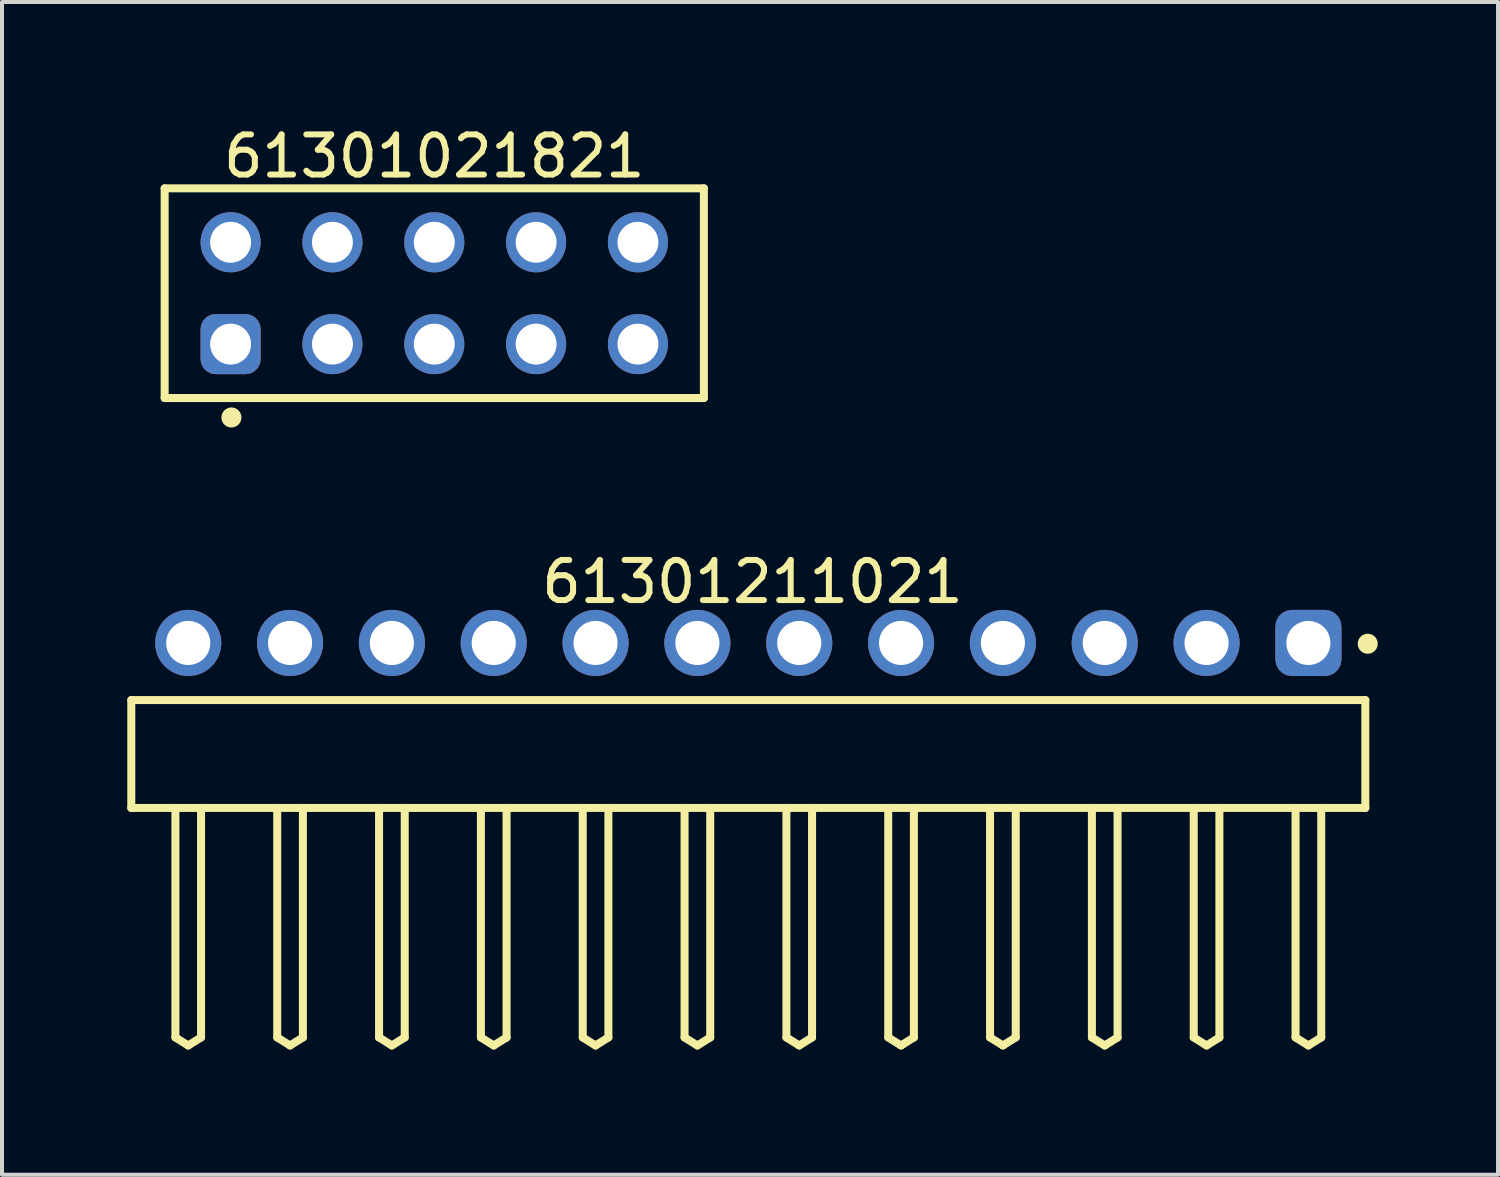
<source format=kicad_pcb>
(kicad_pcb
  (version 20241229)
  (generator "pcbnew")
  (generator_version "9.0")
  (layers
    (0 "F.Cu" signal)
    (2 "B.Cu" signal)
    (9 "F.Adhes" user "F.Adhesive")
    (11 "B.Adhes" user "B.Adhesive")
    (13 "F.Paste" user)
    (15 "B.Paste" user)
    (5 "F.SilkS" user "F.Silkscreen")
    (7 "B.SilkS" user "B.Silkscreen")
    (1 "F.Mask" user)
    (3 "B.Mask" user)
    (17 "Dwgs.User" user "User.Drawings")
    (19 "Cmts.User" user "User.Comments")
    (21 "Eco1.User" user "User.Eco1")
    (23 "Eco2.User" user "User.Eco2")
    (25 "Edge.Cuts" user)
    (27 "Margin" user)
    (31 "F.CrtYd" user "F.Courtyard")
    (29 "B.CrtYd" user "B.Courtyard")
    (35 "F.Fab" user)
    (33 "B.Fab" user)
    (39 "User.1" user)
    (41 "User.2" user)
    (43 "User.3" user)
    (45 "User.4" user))
  (footprint "61301021821"
    (layer "F.Cu")
    (at 7.782 4.263)
    (property "Reference" "61301021821" (at 0 -3.415 0) (layer "F.SilkS") (effects (font (size 1 1) (thickness 0.15))))
    (fp_line (start -6.725 -2.615) (end 6.725 -2.615) (stroke (width 0.2) (type solid)) (layer "F.SilkS"))
    (fp_line (start -6.725 2.615) (end -6.725 -2.615) (stroke (width 0.2) (type solid)) (layer "F.SilkS"))
    (fp_line (start -6.725 2.615) (end 6.725 2.615) (stroke (width 0.2) (type solid)) (layer "F.SilkS"))
    (fp_line (start 6.725 2.615) (end 6.725 -2.615) (stroke (width 0.2) (type solid)) (layer "F.SilkS"))
    (fp_circle (center -5.06 3.1) (end -5.06 2.975) (stroke (width 0.25) (type solid)) (fill no) (layer "F.SilkS"))
    (fp_line (start -6.925 -2.815) (end 6.925 -2.815) (stroke (width 0.05) (type solid)) (layer "Eco2.User"))
    (fp_line (start -6.925 2.815) (end -6.925 -2.815) (stroke (width 0.05) (type solid)) (layer "Eco2.User"))
    (fp_line (start -6.925 2.815) (end 6.925 2.815) (stroke (width 0.05) (type solid)) (layer "Eco2.User"))
    (fp_line (start -6.6 -2.54) (end 6.6 -2.54) (stroke (width 0.1) (type solid)) (layer "Eco2.User"))
    (fp_line (start -6.6 2.54) (end -6.6 -2.54) (stroke (width 0.1) (type solid)) (layer "Eco2.User"))
    (fp_line (start -6.6 2.54) (end 6.6 2.54) (stroke (width 0.1) (type solid)) (layer "Eco2.User"))
    (fp_line (start -0.5 0) (end 0.5 0) (stroke (width 0.05) (type solid)) (layer "Eco2.User"))
    (fp_line (start 0 0.5) (end 0 -0.5) (stroke (width 0.05) (type solid)) (layer "Eco2.User"))
    (fp_line (start 6.6 2.54) (end 6.6 -2.54) (stroke (width 0.1) (type solid)) (layer "Eco2.User"))
    (fp_line (start 6.925 2.815) (end 6.925 -2.815) (stroke (width 0.05) (type solid)) (layer "Eco2.User"))
    (fp_text user "${REFERENCE}" (at 0.15 -0.197 0) (unlocked yes) (layer "User.3") (effects (font (size 1.5 1.5) (thickness 0.15))))
    (pad "1" thru_hole roundrect (at -5.08 1.27) (size 1.5 1.5) (drill 1.02) (layers "*.Cu" "*.Mask") (roundrect_rratio 0.25))
    (pad "2" thru_hole circle (at -5.08 -1.27) (size 1.5 1.5) (drill 1.02) (layers "*.Cu" "*.Mask"))
    (pad "3" thru_hole circle (at -2.54 1.27) (size 1.5 1.5) (drill 1.02) (layers "*.Cu" "*.Mask"))
    (pad "4" thru_hole circle (at -2.54 -1.27) (size 1.5 1.5) (drill 1.02) (layers "*.Cu" "*.Mask"))
    (pad "5" thru_hole circle (at 0 1.27) (size 1.5 1.5) (drill 1.02) (layers "*.Cu" "*.Mask"))
    (pad "6" thru_hole circle (at 0 -1.27) (size 1.5 1.5) (drill 1.02) (layers "*.Cu" "*.Mask"))
    (pad "7" thru_hole circle (at 2.54 1.27) (size 1.5 1.5) (drill 1.02) (layers "*.Cu" "*.Mask"))
    (pad "8" thru_hole circle (at 2.54 -1.27) (size 1.5 1.5) (drill 1.02) (layers "*.Cu" "*.Mask"))
    (pad "9" thru_hole circle (at 5.08 1.27) (size 1.5 1.5) (drill 1.02) (layers "*.Cu" "*.Mask"))
    (pad "10" thru_hole circle (at 5.08 -1.27) (size 1.5 1.5) (drill 1.02) (layers "*.Cu" "*.Mask")))
  (footprint "61301211021"
    (layer "F.Cu")
    (at 15.615 15.757)
    (property "Reference" "61301211021" (at 0.105 -4.295 0) (layer "F.SilkS") (effects (font (size 1 1) (thickness 0.15))))
    (fp_line (start -15.39 -1.345) (end 15.39 -1.345) (stroke (width 0.2) (type solid)) (layer "F.SilkS"))
    (fp_line (start -15.39 1.345) (end -15.39 -1.345) (stroke (width 0.2) (type solid)) (layer "F.SilkS"))
    (fp_line (start -15.39 1.345) (end 15.39 1.345) (stroke (width 0.2) (type solid)) (layer "F.SilkS"))
    (fp_line (start -14.29 7.07) (end -14.29 1.345) (stroke (width 0.2) (type solid)) (layer "F.SilkS"))
    (fp_line (start -14.29 7.07) (end -13.97 7.27) (stroke (width 0.2) (type solid)) (layer "F.SilkS"))
    (fp_line (start -13.97 7.27) (end -13.65 7.07) (stroke (width 0.2) (type solid)) (layer "F.SilkS"))
    (fp_line (start -13.65 7.07) (end -13.65 1.345) (stroke (width 0.2) (type solid)) (layer "F.SilkS"))
    (fp_line (start -11.75 7.07) (end -11.75 1.345) (stroke (width 0.2) (type solid)) (layer "F.SilkS"))
    (fp_line (start -11.75 7.07) (end -11.43 7.27) (stroke (width 0.2) (type solid)) (layer "F.SilkS"))
    (fp_line (start -11.43 7.27) (end -11.11 7.07) (stroke (width 0.2) (type solid)) (layer "F.SilkS"))
    (fp_line (start -11.11 7.07) (end -11.11 1.345) (stroke (width 0.2) (type solid)) (layer "F.SilkS"))
    (fp_line (start -9.21 7.07) (end -9.21 1.345) (stroke (width 0.2) (type solid)) (layer "F.SilkS"))
    (fp_line (start -9.21 7.07) (end -8.89 7.27) (stroke (width 0.2) (type solid)) (layer "F.SilkS"))
    (fp_line (start -8.89 7.27) (end -8.57 7.07) (stroke (width 0.2) (type solid)) (layer "F.SilkS"))
    (fp_line (start -8.57 7.07) (end -8.57 1.345) (stroke (width 0.2) (type solid)) (layer "F.SilkS"))
    (fp_line (start -6.67 7.07) (end -6.67 1.345) (stroke (width 0.2) (type solid)) (layer "F.SilkS"))
    (fp_line (start -6.67 7.07) (end -6.35 7.27) (stroke (width 0.2) (type solid)) (layer "F.SilkS"))
    (fp_line (start -6.35 7.27) (end -6.03 7.07) (stroke (width 0.2) (type solid)) (layer "F.SilkS"))
    (fp_line (start -6.03 7.07) (end -6.03 1.345) (stroke (width 0.2) (type solid)) (layer "F.SilkS"))
    (fp_line (start -4.13 7.07) (end -4.13 1.345) (stroke (width 0.2) (type solid)) (layer "F.SilkS"))
    (fp_line (start -4.13 7.07) (end -3.81 7.27) (stroke (width 0.2) (type solid)) (layer "F.SilkS"))
    (fp_line (start -3.81 7.27) (end -3.49 7.07) (stroke (width 0.2) (type solid)) (layer "F.SilkS"))
    (fp_line (start -3.49 7.07) (end -3.49 1.345) (stroke (width 0.2) (type solid)) (layer "F.SilkS"))
    (fp_line (start -1.59 7.07) (end -1.59 1.345) (stroke (width 0.2) (type solid)) (layer "F.SilkS"))
    (fp_line (start -1.59 7.07) (end -1.27 7.27) (stroke (width 0.2) (type solid)) (layer "F.SilkS"))
    (fp_line (start -1.27 7.27) (end -0.95 7.07) (stroke (width 0.2) (type solid)) (layer "F.SilkS"))
    (fp_line (start -0.95 7.07) (end -0.95 1.345) (stroke (width 0.2) (type solid)) (layer "F.SilkS"))
    (fp_line (start 0.95 7.07) (end 0.95 1.345) (stroke (width 0.2) (type solid)) (layer "F.SilkS"))
    (fp_line (start 0.95 7.07) (end 1.27 7.27) (stroke (width 0.2) (type solid)) (layer "F.SilkS"))
    (fp_line (start 1.27 7.27) (end 1.59 7.07) (stroke (width 0.2) (type solid)) (layer "F.SilkS"))
    (fp_line (start 1.59 7.07) (end 1.59 1.345) (stroke (width 0.2) (type solid)) (layer "F.SilkS"))
    (fp_line (start 3.49 7.07) (end 3.49 1.345) (stroke (width 0.2) (type solid)) (layer "F.SilkS"))
    (fp_line (start 3.49 7.07) (end 3.81 7.27) (stroke (width 0.2) (type solid)) (layer "F.SilkS"))
    (fp_line (start 3.81 7.27) (end 4.13 7.07) (stroke (width 0.2) (type solid)) (layer "F.SilkS"))
    (fp_line (start 4.13 7.07) (end 4.13 1.345) (stroke (width 0.2) (type solid)) (layer "F.SilkS"))
    (fp_line (start 6.03 7.07) (end 6.03 1.345) (stroke (width 0.2) (type solid)) (layer "F.SilkS"))
    (fp_line (start 6.03 7.07) (end 6.35 7.27) (stroke (width 0.2) (type solid)) (layer "F.SilkS"))
    (fp_line (start 6.35 7.27) (end 6.67 7.07) (stroke (width 0.2) (type solid)) (layer "F.SilkS"))
    (fp_line (start 6.67 7.07) (end 6.67 1.345) (stroke (width 0.2) (type solid)) (layer "F.SilkS"))
    (fp_line (start 8.57 7.07) (end 8.57 1.345) (stroke (width 0.2) (type solid)) (layer "F.SilkS"))
    (fp_line (start 8.57 7.07) (end 8.89 7.27) (stroke (width 0.2) (type solid)) (layer "F.SilkS"))
    (fp_line (start 8.89 7.27) (end 9.21 7.07) (stroke (width 0.2) (type solid)) (layer "F.SilkS"))
    (fp_line (start 9.21 7.07) (end 9.21 1.345) (stroke (width 0.2) (type solid)) (layer "F.SilkS"))
    (fp_line (start 11.11 7.07) (end 11.11 1.345) (stroke (width 0.2) (type solid)) (layer "F.SilkS"))
    (fp_line (start 11.11 7.07) (end 11.43 7.27) (stroke (width 0.2) (type solid)) (layer "F.SilkS"))
    (fp_line (start 11.43 7.27) (end 11.75 7.07) (stroke (width 0.2) (type solid)) (layer "F.SilkS"))
    (fp_line (start 11.75 7.07) (end 11.75 1.345) (stroke (width 0.2) (type solid)) (layer "F.SilkS"))
    (fp_line (start 13.65 7.07) (end 13.65 1.345) (stroke (width 0.2) (type solid)) (layer "F.SilkS"))
    (fp_line (start 13.65 7.07) (end 13.97 7.27) (stroke (width 0.2) (type solid)) (layer "F.SilkS"))
    (fp_line (start 13.97 7.27) (end 14.29 7.07) (stroke (width 0.2) (type solid)) (layer "F.SilkS"))
    (fp_line (start 14.29 7.07) (end 14.29 1.345) (stroke (width 0.2) (type solid)) (layer "F.SilkS"))
    (fp_line (start 15.39 1.345) (end 15.39 -1.345) (stroke (width 0.2) (type solid)) (layer "F.SilkS"))
    (fp_circle (center 15.45 -2.75) (end 15.45 -2.875) (stroke (width 0.25) (type solid)) (fill no) (layer "F.SilkS"))
    (fp_line (start -15.59 -3.795) (end 15.59 -3.795) (stroke (width 0.05) (type solid)) (layer "Eco2.User"))
    (fp_line (start -15.59 7.47) (end -15.59 -3.795) (stroke (width 0.05) (type solid)) (layer "Eco2.User"))
    (fp_line (start -15.59 7.47) (end 15.59 7.47) (stroke (width 0.05) (type solid)) (layer "Eco2.User"))
    (fp_line (start -15.24 -1.27) (end 15.24 -1.27) (stroke (width 0.1) (type solid)) (layer "Eco2.User"))
    (fp_line (start -15.24 1.27) (end -15.24 -1.27) (stroke (width 0.1) (type solid)) (layer "Eco2.User"))
    (fp_line (start -15.24 1.27) (end 15.24 1.27) (stroke (width 0.1) (type solid)) (layer "Eco2.User"))
    (fp_line (start -14.29 -3.09) (end -13.65 -3.09) (stroke (width 0.1) (type solid)) (layer "Eco2.User"))
    (fp_line (start -14.29 -1.27) (end -14.29 -3.09) (stroke (width 0.1) (type solid)) (layer "Eco2.User"))
    (fp_line (start -14.29 7.07) (end -14.29 1.27) (stroke (width 0.1) (type solid)) (layer "Eco2.User"))
    (fp_line (start -14.29 7.07) (end -13.97 7.27) (stroke (width 0.1) (type solid)) (layer "Eco2.User"))
    (fp_line (start -13.97 7.27) (end -13.65 7.07) (stroke (width 0.1) (type solid)) (layer "Eco2.User"))
    (fp_line (start -13.65 -1.27) (end -13.65 -3.09) (stroke (width 0.1) (type solid)) (layer "Eco2.User"))
    (fp_line (start -13.65 7.07) (end -13.65 1.27) (stroke (width 0.1) (type solid)) (layer "Eco2.User"))
    (fp_line (start -11.75 -3.09) (end -11.11 -3.09) (stroke (width 0.1) (type solid)) (layer "Eco2.User"))
    (fp_line (start -11.75 -1.27) (end -11.75 -3.09) (stroke (width 0.1) (type solid)) (layer "Eco2.User"))
    (fp_line (start -11.75 7.07) (end -11.75 1.27) (stroke (width 0.1) (type solid)) (layer "Eco2.User"))
    (fp_line (start -11.75 7.07) (end -11.43 7.27) (stroke (width 0.1) (type solid)) (layer "Eco2.User"))
    (fp_line (start -11.43 7.27) (end -11.11 7.07) (stroke (width 0.1) (type solid)) (layer "Eco2.User"))
    (fp_line (start -11.11 -1.27) (end -11.11 -3.09) (stroke (width 0.1) (type solid)) (layer "Eco2.User"))
    (fp_line (start -11.11 7.07) (end -11.11 1.27) (stroke (width 0.1) (type solid)) (layer "Eco2.User"))
    (fp_line (start -9.21 -3.09) (end -8.57 -3.09) (stroke (width 0.1) (type solid)) (layer "Eco2.User"))
    (fp_line (start -9.21 -1.27) (end -9.21 -3.09) (stroke (width 0.1) (type solid)) (layer "Eco2.User"))
    (fp_line (start -9.21 7.07) (end -9.21 1.27) (stroke (width 0.1) (type solid)) (layer "Eco2.User"))
    (fp_line (start -9.21 7.07) (end -8.89 7.27) (stroke (width 0.1) (type solid)) (layer "Eco2.User"))
    (fp_line (start -8.89 7.27) (end -8.57 7.07) (stroke (width 0.1) (type solid)) (layer "Eco2.User"))
    (fp_line (start -8.57 -1.27) (end -8.57 -3.09) (stroke (width 0.1) (type solid)) (layer "Eco2.User"))
    (fp_line (start -8.57 7.07) (end -8.57 1.27) (stroke (width 0.1) (type solid)) (layer "Eco2.User"))
    (fp_line (start -6.67 -3.09) (end -6.03 -3.09) (stroke (width 0.1) (type solid)) (layer "Eco2.User"))
    (fp_line (start -6.67 -1.27) (end -6.67 -3.09) (stroke (width 0.1) (type solid)) (layer "Eco2.User"))
    (fp_line (start -6.67 7.07) (end -6.67 1.27) (stroke (width 0.1) (type solid)) (layer "Eco2.User"))
    (fp_line (start -6.67 7.07) (end -6.35 7.27) (stroke (width 0.1) (type solid)) (layer "Eco2.User"))
    (fp_line (start -6.35 7.27) (end -6.03 7.07) (stroke (width 0.1) (type solid)) (layer "Eco2.User"))
    (fp_line (start -6.03 -1.27) (end -6.03 -3.09) (stroke (width 0.1) (type solid)) (layer "Eco2.User"))
    (fp_line (start -6.03 7.07) (end -6.03 1.27) (stroke (width 0.1) (type solid)) (layer "Eco2.User"))
    (fp_line (start -4.13 -3.09) (end -3.49 -3.09) (stroke (width 0.1) (type solid)) (layer "Eco2.User"))
    (fp_line (start -4.13 -1.27) (end -4.13 -3.09) (stroke (width 0.1) (type solid)) (layer "Eco2.User"))
    (fp_line (start -4.13 7.07) (end -4.13 1.27) (stroke (width 0.1) (type solid)) (layer "Eco2.User"))
    (fp_line (start -4.13 7.07) (end -3.81 7.27) (stroke (width 0.1) (type solid)) (layer "Eco2.User"))
    (fp_line (start -3.81 7.27) (end -3.49 7.07) (stroke (width 0.1) (type solid)) (layer "Eco2.User"))
    (fp_line (start -3.49 -1.27) (end -3.49 -3.09) (stroke (width 0.1) (type solid)) (layer "Eco2.User"))
    (fp_line (start -3.49 7.07) (end -3.49 1.27) (stroke (width 0.1) (type solid)) (layer "Eco2.User"))
    (fp_line (start -1.59 -3.09) (end -0.95 -3.09) (stroke (width 0.1) (type solid)) (layer "Eco2.User"))
    (fp_line (start -1.59 -1.27) (end -1.59 -3.09) (stroke (width 0.1) (type solid)) (layer "Eco2.User"))
    (fp_line (start -1.59 7.07) (end -1.59 1.27) (stroke (width 0.1) (type solid)) (layer "Eco2.User"))
    (fp_line (start -1.59 7.07) (end -1.27 7.27) (stroke (width 0.1) (type solid)) (layer "Eco2.User"))
    (fp_line (start -1.27 7.27) (end -0.95 7.07) (stroke (width 0.1) (type solid)) (layer "Eco2.User"))
    (fp_line (start -0.95 -1.27) (end -0.95 -3.09) (stroke (width 0.1) (type solid)) (layer "Eco2.User"))
    (fp_line (start -0.95 7.07) (end -0.95 1.27) (stroke (width 0.1) (type solid)) (layer "Eco2.User"))
    (fp_line (start -0.5 0) (end 0.5 0) (stroke (width 0.05) (type solid)) (layer "Eco2.User"))
    (fp_line (start 0 0.5) (end 0 -0.5) (stroke (width 0.05) (type solid)) (layer "Eco2.User"))
    (fp_line (start 0.95 -3.09) (end 1.59 -3.09) (stroke (width 0.1) (type solid)) (layer "Eco2.User"))
    (fp_line (start 0.95 -1.27) (end 0.95 -3.09) (stroke (width 0.1) (type solid)) (layer "Eco2.User"))
    (fp_line (start 0.95 7.07) (end 0.95 1.27) (stroke (width 0.1) (type solid)) (layer "Eco2.User"))
    (fp_line (start 0.95 7.07) (end 1.27 7.27) (stroke (width 0.1) (type solid)) (layer "Eco2.User"))
    (fp_line (start 1.27 7.27) (end 1.59 7.07) (stroke (width 0.1) (type solid)) (layer "Eco2.User"))
    (fp_line (start 1.59 -1.27) (end 1.59 -3.09) (stroke (width 0.1) (type solid)) (layer "Eco2.User"))
    (fp_line (start 1.59 7.07) (end 1.59 1.27) (stroke (width 0.1) (type solid)) (layer "Eco2.User"))
    (fp_line (start 3.49 -3.09) (end 4.13 -3.09) (stroke (width 0.1) (type solid)) (layer "Eco2.User"))
    (fp_line (start 3.49 -1.27) (end 3.49 -3.09) (stroke (width 0.1) (type solid)) (layer "Eco2.User"))
    (fp_line (start 3.49 7.07) (end 3.49 1.27) (stroke (width 0.1) (type solid)) (layer "Eco2.User"))
    (fp_line (start 3.49 7.07) (end 3.81 7.27) (stroke (width 0.1) (type solid)) (layer "Eco2.User"))
    (fp_line (start 3.81 7.27) (end 4.13 7.07) (stroke (width 0.1) (type solid)) (layer "Eco2.User"))
    (fp_line (start 4.13 -1.27) (end 4.13 -3.09) (stroke (width 0.1) (type solid)) (layer "Eco2.User"))
    (fp_line (start 4.13 7.07) (end 4.13 1.27) (stroke (width 0.1) (type solid)) (layer "Eco2.User"))
    (fp_line (start 6.03 -3.09) (end 6.67 -3.09) (stroke (width 0.1) (type solid)) (layer "Eco2.User"))
    (fp_line (start 6.03 -1.27) (end 6.03 -3.09) (stroke (width 0.1) (type solid)) (layer "Eco2.User"))
    (fp_line (start 6.03 7.07) (end 6.03 1.27) (stroke (width 0.1) (type solid)) (layer "Eco2.User"))
    (fp_line (start 6.03 7.07) (end 6.35 7.27) (stroke (width 0.1) (type solid)) (layer "Eco2.User"))
    (fp_line (start 6.35 7.27) (end 6.67 7.07) (stroke (width 0.1) (type solid)) (layer "Eco2.User"))
    (fp_line (start 6.67 -1.27) (end 6.67 -3.09) (stroke (width 0.1) (type solid)) (layer "Eco2.User"))
    (fp_line (start 6.67 7.07) (end 6.67 1.27) (stroke (width 0.1) (type solid)) (layer "Eco2.User"))
    (fp_line (start 8.57 -3.09) (end 9.21 -3.09) (stroke (width 0.1) (type solid)) (layer "Eco2.User"))
    (fp_line (start 8.57 -1.27) (end 8.57 -3.09) (stroke (width 0.1) (type solid)) (layer "Eco2.User"))
    (fp_line (start 8.57 7.07) (end 8.57 1.27) (stroke (width 0.1) (type solid)) (layer "Eco2.User"))
    (fp_line (start 8.57 7.07) (end 8.89 7.27) (stroke (width 0.1) (type solid)) (layer "Eco2.User"))
    (fp_line (start 8.89 7.27) (end 9.21 7.07) (stroke (width 0.1) (type solid)) (layer "Eco2.User"))
    (fp_line (start 9.21 -1.27) (end 9.21 -3.09) (stroke (width 0.1) (type solid)) (layer "Eco2.User"))
    (fp_line (start 9.21 7.07) (end 9.21 1.27) (stroke (width 0.1) (type solid)) (layer "Eco2.User"))
    (fp_line (start 11.11 -3.09) (end 11.75 -3.09) (stroke (width 0.1) (type solid)) (layer "Eco2.User"))
    (fp_line (start 11.11 -1.27) (end 11.11 -3.09) (stroke (width 0.1) (type solid)) (layer "Eco2.User"))
    (fp_line (start 11.11 7.07) (end 11.11 1.27) (stroke (width 0.1) (type solid)) (layer "Eco2.User"))
    (fp_line (start 11.11 7.07) (end 11.43 7.27) (stroke (width 0.1) (type solid)) (layer "Eco2.User"))
    (fp_line (start 11.43 7.27) (end 11.75 7.07) (stroke (width 0.1) (type solid)) (layer "Eco2.User"))
    (fp_line (start 11.75 -1.27) (end 11.75 -3.09) (stroke (width 0.1) (type solid)) (layer "Eco2.User"))
    (fp_line (start 11.75 7.07) (end 11.75 1.27) (stroke (width 0.1) (type solid)) (layer "Eco2.User"))
    (fp_line (start 13.65 -3.09) (end 14.29 -3.09) (stroke (width 0.1) (type solid)) (layer "Eco2.User"))
    (fp_line (start 13.65 -1.27) (end 13.65 -3.09) (stroke (width 0.1) (type solid)) (layer "Eco2.User"))
    (fp_line (start 13.65 7.07) (end 13.65 1.27) (stroke (width 0.1) (type solid)) (layer "Eco2.User"))
    (fp_line (start 13.65 7.07) (end 13.97 7.27) (stroke (width 0.1) (type solid)) (layer "Eco2.User"))
    (fp_line (start 13.97 7.27) (end 14.29 7.07) (stroke (width 0.1) (type solid)) (layer "Eco2.User"))
    (fp_line (start 14.29 -1.27) (end 14.29 -3.09) (stroke (width 0.1) (type solid)) (layer "Eco2.User"))
    (fp_line (start 14.29 7.07) (end 14.29 1.27) (stroke (width 0.1) (type solid)) (layer "Eco2.User"))
    (fp_line (start 15.24 1.27) (end 15.24 -1.27) (stroke (width 0.1) (type solid)) (layer "Eco2.User"))
    (fp_line (start 15.59 7.47) (end 15.59 -3.795) (stroke (width 0.05) (type solid)) (layer "Eco2.User"))
    (fp_text user "${REFERENCE}" (at 0.15 -0.197 0) (unlocked yes) (layer "User.3") (effects (font (size 1.5 1.5) (thickness 0.15))))
    (pad "1" thru_hole roundrect (at 13.97 -2.77) (size 1.65 1.65) (drill 1.1) (layers "*.Cu" "*.Mask") (roundrect_rratio 0.25))
    (pad "2" thru_hole circle (at 11.43 -2.77) (size 1.65 1.65) (drill 1.1) (layers "*.Cu" "*.Mask"))
    (pad "3" thru_hole circle (at 8.89 -2.77) (size 1.65 1.65) (drill 1.1) (layers "*.Cu" "*.Mask"))
    (pad "4" thru_hole circle (at 6.35 -2.77) (size 1.65 1.65) (drill 1.1) (layers "*.Cu" "*.Mask"))
    (pad "5" thru_hole circle (at 3.81 -2.77) (size 1.65 1.65) (drill 1.1) (layers "*.Cu" "*.Mask"))
    (pad "6" thru_hole circle (at 1.27 -2.77) (size 1.65 1.65) (drill 1.1) (layers "*.Cu" "*.Mask"))
    (pad "7" thru_hole circle (at -1.27 -2.77) (size 1.65 1.65) (drill 1.1) (layers "*.Cu" "*.Mask"))
    (pad "8" thru_hole circle (at -3.81 -2.77) (size 1.65 1.65) (drill 1.1) (layers "*.Cu" "*.Mask"))
    (pad "9" thru_hole circle (at -6.35 -2.77) (size 1.65 1.65) (drill 1.1) (layers "*.Cu" "*.Mask"))
    (pad "10" thru_hole circle (at -8.89 -2.77) (size 1.65 1.65) (drill 1.1) (layers "*.Cu" "*.Mask"))
    (pad "11" thru_hole circle (at -11.43 -2.77) (size 1.65 1.65) (drill 1.1) (layers "*.Cu" "*.Mask"))
    (pad "12" thru_hole circle (at -13.97 -2.77) (size 1.65 1.65) (drill 1.1) (layers "*.Cu" "*.Mask")))
  (gr_rect
    (start -3 -3)
    (end 34.315 26.252)
    (stroke (width 0.1) (type default))
    (fill no)
    (layer "Edge.Cuts")))
</source>
